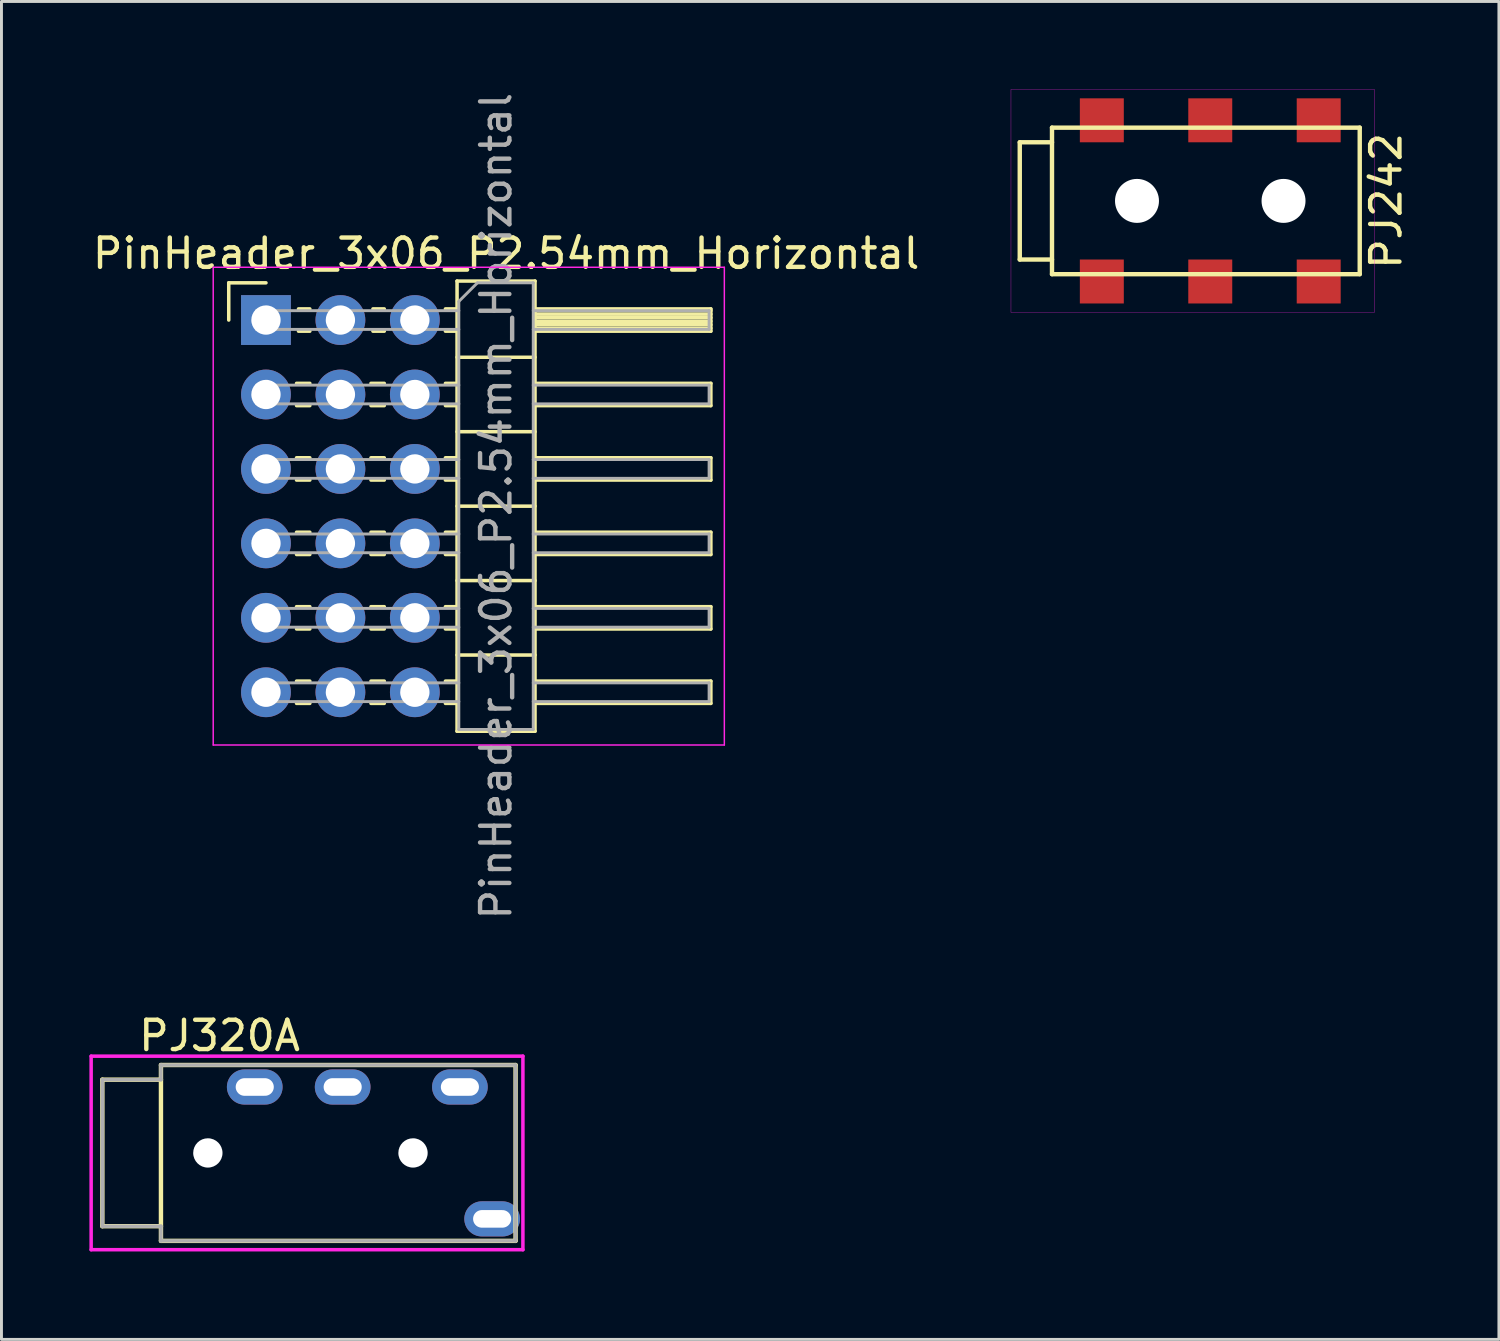
<source format=kicad_pcb>
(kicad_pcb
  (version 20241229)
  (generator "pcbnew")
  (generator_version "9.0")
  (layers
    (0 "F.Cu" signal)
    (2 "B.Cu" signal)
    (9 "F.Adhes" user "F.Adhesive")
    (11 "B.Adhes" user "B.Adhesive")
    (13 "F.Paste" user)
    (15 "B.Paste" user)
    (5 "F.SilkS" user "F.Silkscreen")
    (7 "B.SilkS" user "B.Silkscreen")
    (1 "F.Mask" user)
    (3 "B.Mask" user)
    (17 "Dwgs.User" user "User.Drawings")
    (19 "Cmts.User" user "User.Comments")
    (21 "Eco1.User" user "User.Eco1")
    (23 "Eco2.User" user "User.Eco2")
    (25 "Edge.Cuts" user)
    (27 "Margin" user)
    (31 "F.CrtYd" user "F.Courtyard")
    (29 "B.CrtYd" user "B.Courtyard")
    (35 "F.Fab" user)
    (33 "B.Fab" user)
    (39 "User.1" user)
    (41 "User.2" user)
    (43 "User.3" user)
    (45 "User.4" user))
  (footprint "PJ242"
    (layer "F.Cu")
    (at 38.245 3.805)
    (property "Reference" "PJ242" (at 6 0 90) (layer "F.SilkS") (effects (font (size 1 1) (thickness 0.15))))
    (attr through_hole)
    (fp_line (start -6.5 -2) (end -6.5 2) (stroke (width 0.15) (type solid)) (layer "F.SilkS"))
    (fp_line (start -6.5 2) (end -5.4 2) (stroke (width 0.15) (type solid)) (layer "F.SilkS"))
    (fp_line (start -5.4 -2.5) (end 5.1 -2.5) (stroke (width 0.15) (type solid)) (layer "F.SilkS"))
    (fp_line (start -5.4 -2) (end -6.5 -2) (stroke (width 0.15) (type solid)) (layer "F.SilkS"))
    (fp_line (start -5.4 2.5) (end -5.4 -2.5) (stroke (width 0.15) (type solid)) (layer "F.SilkS"))
    (fp_line (start -5.4 2.5) (end 5.1 2.5) (stroke (width 0.15) (type solid)) (layer "F.SilkS"))
    (fp_line (start 5.1 2.5) (end 5.1 -2.5) (stroke (width 0.15) (type solid)) (layer "F.SilkS"))
    (fp_line (start -6.8 -3.8) (end -6.8 3.8) (stroke (width 0.01) (type solid)) (layer "F.CrtYd"))
    (fp_line (start -6.8 3.8) (end 5.6 3.8) (stroke (width 0.01) (type solid)) (layer "F.CrtYd"))
    (fp_line (start 5.6 -3.8) (end -6.8 -3.8) (stroke (width 0.01) (type solid)) (layer "F.CrtYd"))
    (fp_line (start 5.6 3.8) (end 5.6 -3.8) (stroke (width 0.01) (type solid)) (layer "F.CrtYd"))
    (pad "" np_thru_hole circle (at -2.5 0) (size 1.5 1.5) (drill 1.5) (layers "*.Cu" "*.Mask"))
    (pad "" np_thru_hole circle (at 2.5 0) (size 1.5 1.5) (drill 1.5) (layers "*.Cu" "*.Mask"))
    (pad "R1" smd rect (at 0 -2.75) (size 1.5 1.5) (layers "F.Cu" "F.Mask" "F.Paste"))
    (pad "R1N" smd rect (at 3.7 -2.75) (size 1.5 1.5) (layers "F.Cu" "F.Mask" "F.Paste"))
    (pad "R2" smd rect (at -3.7 -2.75) (size 1.5 1.5) (layers "F.Cu" "F.Mask" "F.Paste"))
    (pad "S" smd rect (at -3.7 2.75) (size 1.5 1.5) (layers "F.Cu" "F.Mask" "F.Paste"))
    (pad "T" smd rect (at 0 2.75) (size 1.5 1.5) (layers "F.Cu" "F.Mask" "F.Paste"))
    (pad "TN" smd rect (at 3.7 2.75) (size 1.5 1.5) (layers "F.Cu" "F.Mask" "F.Paste")))
  (footprint "PinHeader_3x06_P2.54mm_Horizontal"
    (layer "F.Cu")
    (at 8.565 7.87)
    (property "Reference" "PinHeader_3x06_P2.54mm_Horizontal" (at 5.655 -2.27 0) (layer "F.SilkS") (effects (font (size 1 1) (thickness 0.15))))
    (attr through_hole)
    (fp_line (start -3.81 -1.27) (end -2.54 -1.27) (stroke (width 0.12) (type solid)) (layer "F.SilkS"))
    (fp_line (start -3.81 0) (end -3.81 -1.27) (stroke (width 0.12) (type solid)) (layer "F.SilkS"))
    (fp_line (start -1.497 2.16) (end -1.043 2.16) (stroke (width 0.12) (type solid)) (layer "F.SilkS"))
    (fp_line (start -1.497 2.92) (end -1.043 2.92) (stroke (width 0.12) (type solid)) (layer "F.SilkS"))
    (fp_line (start -1.497 4.7) (end -1.043 4.7) (stroke (width 0.12) (type solid)) (layer "F.SilkS"))
    (fp_line (start -1.497 5.46) (end -1.043 5.46) (stroke (width 0.12) (type solid)) (layer "F.SilkS"))
    (fp_line (start -1.497 7.24) (end -1.043 7.24) (stroke (width 0.12) (type solid)) (layer "F.SilkS"))
    (fp_line (start -1.497 8) (end -1.043 8) (stroke (width 0.12) (type solid)) (layer "F.SilkS"))
    (fp_line (start -1.497 9.78) (end -1.043 9.78) (stroke (width 0.12) (type solid)) (layer "F.SilkS"))
    (fp_line (start -1.497 10.54) (end -1.043 10.54) (stroke (width 0.12) (type solid)) (layer "F.SilkS"))
    (fp_line (start -1.497 12.32) (end -1.043 12.32) (stroke (width 0.12) (type solid)) (layer "F.SilkS"))
    (fp_line (start -1.497 13.08) (end -1.043 13.08) (stroke (width 0.12) (type solid)) (layer "F.SilkS"))
    (fp_line (start -1.43 -0.38) (end -1.043 -0.38) (stroke (width 0.12) (type solid)) (layer "F.SilkS"))
    (fp_line (start -1.43 0.38) (end -1.043 0.38) (stroke (width 0.12) (type solid)) (layer "F.SilkS"))
    (fp_line (start 1.043 2.16) (end 1.497 2.16) (stroke (width 0.12) (type solid)) (layer "F.SilkS"))
    (fp_line (start 1.043 2.92) (end 1.497 2.92) (stroke (width 0.12) (type solid)) (layer "F.SilkS"))
    (fp_line (start 1.043 4.7) (end 1.497 4.7) (stroke (width 0.12) (type solid)) (layer "F.SilkS"))
    (fp_line (start 1.043 5.46) (end 1.497 5.46) (stroke (width 0.12) (type solid)) (layer "F.SilkS"))
    (fp_line (start 1.043 7.24) (end 1.497 7.24) (stroke (width 0.12) (type solid)) (layer "F.SilkS"))
    (fp_line (start 1.043 8) (end 1.497 8) (stroke (width 0.12) (type solid)) (layer "F.SilkS"))
    (fp_line (start 1.043 9.78) (end 1.497 9.78) (stroke (width 0.12) (type solid)) (layer "F.SilkS"))
    (fp_line (start 1.043 10.54) (end 1.497 10.54) (stroke (width 0.12) (type solid)) (layer "F.SilkS"))
    (fp_line (start 1.043 12.32) (end 1.497 12.32) (stroke (width 0.12) (type solid)) (layer "F.SilkS"))
    (fp_line (start 1.043 13.08) (end 1.497 13.08) (stroke (width 0.12) (type solid)) (layer "F.SilkS"))
    (fp_line (start 1.11 -0.38) (end 1.497 -0.38) (stroke (width 0.12) (type solid)) (layer "F.SilkS"))
    (fp_line (start 1.11 0.38) (end 1.497 0.38) (stroke (width 0.12) (type solid)) (layer "F.SilkS"))
    (fp_line (start 3.583 -0.38) (end 3.98 -0.38) (stroke (width 0.12) (type solid)) (layer "F.SilkS"))
    (fp_line (start 3.583 0.38) (end 3.98 0.38) (stroke (width 0.12) (type solid)) (layer "F.SilkS"))
    (fp_line (start 3.583 2.16) (end 3.98 2.16) (stroke (width 0.12) (type solid)) (layer "F.SilkS"))
    (fp_line (start 3.583 2.92) (end 3.98 2.92) (stroke (width 0.12) (type solid)) (layer "F.SilkS"))
    (fp_line (start 3.583 4.7) (end 3.98 4.7) (stroke (width 0.12) (type solid)) (layer "F.SilkS"))
    (fp_line (start 3.583 5.46) (end 3.98 5.46) (stroke (width 0.12) (type solid)) (layer "F.SilkS"))
    (fp_line (start 3.583 7.24) (end 3.98 7.24) (stroke (width 0.12) (type solid)) (layer "F.SilkS"))
    (fp_line (start 3.583 8) (end 3.98 8) (stroke (width 0.12) (type solid)) (layer "F.SilkS"))
    (fp_line (start 3.583 9.78) (end 3.98 9.78) (stroke (width 0.12) (type solid)) (layer "F.SilkS"))
    (fp_line (start 3.583 10.54) (end 3.98 10.54) (stroke (width 0.12) (type solid)) (layer "F.SilkS"))
    (fp_line (start 3.583 12.32) (end 3.98 12.32) (stroke (width 0.12) (type solid)) (layer "F.SilkS"))
    (fp_line (start 3.583 13.08) (end 3.98 13.08) (stroke (width 0.12) (type solid)) (layer "F.SilkS"))
    (fp_line (start 3.98 -1.33) (end 3.98 14.03) (stroke (width 0.12) (type solid)) (layer "F.SilkS"))
    (fp_line (start 3.98 1.27) (end 6.64 1.27) (stroke (width 0.12) (type solid)) (layer "F.SilkS"))
    (fp_line (start 3.98 3.81) (end 6.64 3.81) (stroke (width 0.12) (type solid)) (layer "F.SilkS"))
    (fp_line (start 3.98 6.35) (end 6.64 6.35) (stroke (width 0.12) (type solid)) (layer "F.SilkS"))
    (fp_line (start 3.98 8.89) (end 6.64 8.89) (stroke (width 0.12) (type solid)) (layer "F.SilkS"))
    (fp_line (start 3.98 11.43) (end 6.64 11.43) (stroke (width 0.12) (type solid)) (layer "F.SilkS"))
    (fp_line (start 3.98 14.03) (end 6.64 14.03) (stroke (width 0.12) (type solid)) (layer "F.SilkS"))
    (fp_line (start 6.64 -1.33) (end 3.98 -1.33) (stroke (width 0.12) (type solid)) (layer "F.SilkS"))
    (fp_line (start 6.64 -0.38) (end 12.64 -0.38) (stroke (width 0.12) (type solid)) (layer "F.SilkS"))
    (fp_line (start 6.64 -0.32) (end 12.64 -0.32) (stroke (width 0.12) (type solid)) (layer "F.SilkS"))
    (fp_line (start 6.64 -0.2) (end 12.64 -0.2) (stroke (width 0.12) (type solid)) (layer "F.SilkS"))
    (fp_line (start 6.64 -0.08) (end 12.64 -0.08) (stroke (width 0.12) (type solid)) (layer "F.SilkS"))
    (fp_line (start 6.64 0.04) (end 12.64 0.04) (stroke (width 0.12) (type solid)) (layer "F.SilkS"))
    (fp_line (start 6.64 0.16) (end 12.64 0.16) (stroke (width 0.12) (type solid)) (layer "F.SilkS"))
    (fp_line (start 6.64 0.28) (end 12.64 0.28) (stroke (width 0.12) (type solid)) (layer "F.SilkS"))
    (fp_line (start 6.64 2.16) (end 12.64 2.16) (stroke (width 0.12) (type solid)) (layer "F.SilkS"))
    (fp_line (start 6.64 4.7) (end 12.64 4.7) (stroke (width 0.12) (type solid)) (layer "F.SilkS"))
    (fp_line (start 6.64 7.24) (end 12.64 7.24) (stroke (width 0.12) (type solid)) (layer "F.SilkS"))
    (fp_line (start 6.64 9.78) (end 12.64 9.78) (stroke (width 0.12) (type solid)) (layer "F.SilkS"))
    (fp_line (start 6.64 12.32) (end 12.64 12.32) (stroke (width 0.12) (type solid)) (layer "F.SilkS"))
    (fp_line (start 6.64 14.03) (end 6.64 -1.33) (stroke (width 0.12) (type solid)) (layer "F.SilkS"))
    (fp_line (start 12.64 -0.38) (end 12.64 0.38) (stroke (width 0.12) (type solid)) (layer "F.SilkS"))
    (fp_line (start 12.64 0.38) (end 6.64 0.38) (stroke (width 0.12) (type solid)) (layer "F.SilkS"))
    (fp_line (start 12.64 2.16) (end 12.64 2.92) (stroke (width 0.12) (type solid)) (layer "F.SilkS"))
    (fp_line (start 12.64 2.92) (end 6.64 2.92) (stroke (width 0.12) (type solid)) (layer "F.SilkS"))
    (fp_line (start 12.64 4.7) (end 12.64 5.46) (stroke (width 0.12) (type solid)) (layer "F.SilkS"))
    (fp_line (start 12.64 5.46) (end 6.64 5.46) (stroke (width 0.12) (type solid)) (layer "F.SilkS"))
    (fp_line (start 12.64 7.24) (end 12.64 8) (stroke (width 0.12) (type solid)) (layer "F.SilkS"))
    (fp_line (start 12.64 8) (end 6.64 8) (stroke (width 0.12) (type solid)) (layer "F.SilkS"))
    (fp_line (start 12.64 9.78) (end 12.64 10.54) (stroke (width 0.12) (type solid)) (layer "F.SilkS"))
    (fp_line (start 12.64 10.54) (end 6.64 10.54) (stroke (width 0.12) (type solid)) (layer "F.SilkS"))
    (fp_line (start 12.64 12.32) (end 12.64 13.08) (stroke (width 0.12) (type solid)) (layer "F.SilkS"))
    (fp_line (start 12.64 13.08) (end 6.64 13.08) (stroke (width 0.12) (type solid)) (layer "F.SilkS"))
    (fp_line (start -4.34 -1.8) (end -4.34 14.5) (stroke (width 0.05) (type solid)) (layer "F.CrtYd"))
    (fp_line (start -4.34 14.5) (end 13.1 14.5) (stroke (width 0.05) (type solid)) (layer "F.CrtYd"))
    (fp_line (start 13.1 -1.8) (end -4.34 -1.8) (stroke (width 0.05) (type solid)) (layer "F.CrtYd"))
    (fp_line (start 13.1 14.5) (end 13.1 -1.8) (stroke (width 0.05) (type solid)) (layer "F.CrtYd"))
    (fp_line (start -2.86 -0.32) (end -2.86 0.32) (stroke (width 0.1) (type solid)) (layer "F.Fab"))
    (fp_line (start -2.86 -0.32) (end 4.04 -0.32) (stroke (width 0.1) (type solid)) (layer "F.Fab"))
    (fp_line (start -2.86 0.32) (end 4.04 0.32) (stroke (width 0.1) (type solid)) (layer "F.Fab"))
    (fp_line (start -2.86 2.22) (end -2.86 2.86) (stroke (width 0.1) (type solid)) (layer "F.Fab"))
    (fp_line (start -2.86 2.22) (end 4.04 2.22) (stroke (width 0.1) (type solid)) (layer "F.Fab"))
    (fp_line (start -2.86 2.86) (end 4.04 2.86) (stroke (width 0.1) (type solid)) (layer "F.Fab"))
    (fp_line (start -2.86 4.76) (end -2.86 5.4) (stroke (width 0.1) (type solid)) (layer "F.Fab"))
    (fp_line (start -2.86 4.76) (end 4.04 4.76) (stroke (width 0.1) (type solid)) (layer "F.Fab"))
    (fp_line (start -2.86 5.4) (end 4.04 5.4) (stroke (width 0.1) (type solid)) (layer "F.Fab"))
    (fp_line (start -2.86 7.3) (end -2.86 7.94) (stroke (width 0.1) (type solid)) (layer "F.Fab"))
    (fp_line (start -2.86 7.3) (end 4.04 7.3) (stroke (width 0.1) (type solid)) (layer "F.Fab"))
    (fp_line (start -2.86 7.94) (end 4.04 7.94) (stroke (width 0.1) (type solid)) (layer "F.Fab"))
    (fp_line (start -2.86 9.84) (end -2.86 10.48) (stroke (width 0.1) (type solid)) (layer "F.Fab"))
    (fp_line (start -2.86 9.84) (end 4.04 9.84) (stroke (width 0.1) (type solid)) (layer "F.Fab"))
    (fp_line (start -2.86 10.48) (end 4.04 10.48) (stroke (width 0.1) (type solid)) (layer "F.Fab"))
    (fp_line (start -2.86 12.38) (end -2.86 13.02) (stroke (width 0.1) (type solid)) (layer "F.Fab"))
    (fp_line (start -2.86 12.38) (end 4.04 12.38) (stroke (width 0.1) (type solid)) (layer "F.Fab"))
    (fp_line (start -2.86 13.02) (end 4.04 13.02) (stroke (width 0.1) (type solid)) (layer "F.Fab"))
    (fp_line (start 4.04 -0.635) (end 4.675 -1.27) (stroke (width 0.1) (type solid)) (layer "F.Fab"))
    (fp_line (start 4.04 13.97) (end 4.04 -0.635) (stroke (width 0.1) (type solid)) (layer "F.Fab"))
    (fp_line (start 4.675 -1.27) (end 6.58 -1.27) (stroke (width 0.1) (type solid)) (layer "F.Fab"))
    (fp_line (start 6.58 -1.27) (end 6.58 13.97) (stroke (width 0.1) (type solid)) (layer "F.Fab"))
    (fp_line (start 6.58 -0.32) (end 12.58 -0.32) (stroke (width 0.1) (type solid)) (layer "F.Fab"))
    (fp_line (start 6.58 0.32) (end 12.58 0.32) (stroke (width 0.1) (type solid)) (layer "F.Fab"))
    (fp_line (start 6.58 2.22) (end 12.58 2.22) (stroke (width 0.1) (type solid)) (layer "F.Fab"))
    (fp_line (start 6.58 2.86) (end 12.58 2.86) (stroke (width 0.1) (type solid)) (layer "F.Fab"))
    (fp_line (start 6.58 4.76) (end 12.58 4.76) (stroke (width 0.1) (type solid)) (layer "F.Fab"))
    (fp_line (start 6.58 5.4) (end 12.58 5.4) (stroke (width 0.1) (type solid)) (layer "F.Fab"))
    (fp_line (start 6.58 7.3) (end 12.58 7.3) (stroke (width 0.1) (type solid)) (layer "F.Fab"))
    (fp_line (start 6.58 7.94) (end 12.58 7.94) (stroke (width 0.1) (type solid)) (layer "F.Fab"))
    (fp_line (start 6.58 9.84) (end 12.58 9.84) (stroke (width 0.1) (type solid)) (layer "F.Fab"))
    (fp_line (start 6.58 10.48) (end 12.58 10.48) (stroke (width 0.1) (type solid)) (layer "F.Fab"))
    (fp_line (start 6.58 12.38) (end 12.58 12.38) (stroke (width 0.1) (type solid)) (layer "F.Fab"))
    (fp_line (start 6.58 13.02) (end 12.58 13.02) (stroke (width 0.1) (type solid)) (layer "F.Fab"))
    (fp_line (start 6.58 13.97) (end 4.04 13.97) (stroke (width 0.1) (type solid)) (layer "F.Fab"))
    (fp_line (start 12.58 -0.32) (end 12.58 0.32) (stroke (width 0.1) (type solid)) (layer "F.Fab"))
    (fp_line (start 12.58 2.22) (end 12.58 2.86) (stroke (width 0.1) (type solid)) (layer "F.Fab"))
    (fp_line (start 12.58 4.76) (end 12.58 5.4) (stroke (width 0.1) (type solid)) (layer "F.Fab"))
    (fp_line (start 12.58 7.3) (end 12.58 7.94) (stroke (width 0.1) (type solid)) (layer "F.Fab"))
    (fp_line (start 12.58 9.84) (end 12.58 10.48) (stroke (width 0.1) (type solid)) (layer "F.Fab"))
    (fp_line (start 12.58 12.38) (end 12.58 13.02) (stroke (width 0.1) (type solid)) (layer "F.Fab"))
    (fp_text user "${REFERENCE}" (at 5.31 6.35 90) (layer "F.Fab") (effects (font (size 1 1) (thickness 0.15))))
    (pad "1" thru_hole rect (at -2.54 0) (size 1.7 1.7) (drill 1) (layers "*.Cu" "*.Mask"))
    (pad "2" thru_hole oval (at 0 0) (size 1.7 1.7) (drill 1) (layers "*.Cu" "*.Mask"))
    (pad "3" thru_hole oval (at 2.54 0) (size 1.7 1.7) (drill 1) (layers "*.Cu" "*.Mask"))
    (pad "4" thru_hole oval (at -2.54 2.54) (size 1.7 1.7) (drill 1) (layers "*.Cu" "*.Mask"))
    (pad "5" thru_hole oval (at 0 2.54) (size 1.7 1.7) (drill 1) (layers "*.Cu" "*.Mask"))
    (pad "6" thru_hole oval (at 2.54 2.54) (size 1.7 1.7) (drill 1) (layers "*.Cu" "*.Mask"))
    (pad "7" thru_hole oval (at -2.54 5.08) (size 1.7 1.7) (drill 1) (layers "*.Cu" "*.Mask"))
    (pad "8" thru_hole oval (at 0 5.08) (size 1.7 1.7) (drill 1) (layers "*.Cu" "*.Mask"))
    (pad "9" thru_hole oval (at 2.54 5.08) (size 1.7 1.7) (drill 1) (layers "*.Cu" "*.Mask"))
    (pad "10" thru_hole oval (at -2.54 7.62) (size 1.7 1.7) (drill 1) (layers "*.Cu" "*.Mask"))
    (pad "11" thru_hole oval (at 0 7.62) (size 1.7 1.7) (drill 1) (layers "*.Cu" "*.Mask"))
    (pad "12" thru_hole oval (at 2.54 7.62) (size 1.7 1.7) (drill 1) (layers "*.Cu" "*.Mask"))
    (pad "13" thru_hole oval (at -2.54 10.16) (size 1.7 1.7) (drill 1) (layers "*.Cu" "*.Mask"))
    (pad "14" thru_hole oval (at 0 10.16) (size 1.7 1.7) (drill 1) (layers "*.Cu" "*.Mask"))
    (pad "15" thru_hole oval (at 2.54 10.16) (size 1.7 1.7) (drill 1) (layers "*.Cu" "*.Mask"))
    (pad "16" thru_hole oval (at -2.54 12.7) (size 1.7 1.7) (drill 1) (layers "*.Cu" "*.Mask"))
    (pad "17" thru_hole oval (at 0 12.7) (size 1.7 1.7) (drill 1) (layers "*.Cu" "*.Mask"))
    (pad "18" thru_hole oval (at 2.54 12.7) (size 1.7 1.7) (drill 1) (layers "*.Cu" "*.Mask")))
  (footprint "PJ320A"
    (layer "F.Cu")
    (at 8.442 36.289)
    (property "Reference" "PJ320A" (at -4 -4 0) (layer "F.SilkS") (effects (font (size 1 1) (thickness 0.15))))
    (attr through_hole)
    (fp_line (start -8 -2.5) (end -8 2.5) (stroke (width 0.15) (type solid)) (layer "F.SilkS"))
    (fp_line (start -8 2.5) (end -6 2.5) (stroke (width 0.15) (type solid)) (layer "F.SilkS"))
    (fp_line (start -6 -3) (end 6.1 -3) (stroke (width 0.15) (type solid)) (layer "F.SilkS"))
    (fp_line (start -6 -2.5) (end -8 -2.5) (stroke (width 0.15) (type solid)) (layer "F.SilkS"))
    (fp_line (start -6 3) (end -6 -3) (stroke (width 0.15) (type solid)) (layer "F.SilkS"))
    (fp_line (start 6.1 -3) (end 6.1 3) (stroke (width 0.15) (type solid)) (layer "F.SilkS"))
    (fp_line (start 6.1 3) (end -6 3) (stroke (width 0.15) (type solid)) (layer "F.SilkS"))
    (fp_line (start -8.382 -3.302) (end 6.35 -3.302) (stroke (width 0.12) (type solid)) (layer "F.CrtYd"))
    (fp_line (start -8.382 3.302) (end -8.382 -3.302) (stroke (width 0.12) (type solid)) (layer "F.CrtYd"))
    (fp_line (start 6.35 -3.302) (end 6.35 3.302) (stroke (width 0.12) (type solid)) (layer "F.CrtYd"))
    (fp_line (start 6.35 3.302) (end -8.382 3.302) (stroke (width 0.12) (type solid)) (layer "F.CrtYd"))
    (fp_line (start -8 -2.5) (end -8 2.5) (stroke (width 0.12) (type solid)) (layer "F.Fab"))
    (fp_line (start -8 2.5) (end -6 2.5) (stroke (width 0.12) (type solid)) (layer "F.Fab"))
    (fp_line (start -6 -3) (end -6 -2.5) (stroke (width 0.12) (type solid)) (layer "F.Fab"))
    (fp_line (start -6 -2.5) (end -8 -2.5) (stroke (width 0.12) (type solid)) (layer "F.Fab"))
    (fp_line (start -6 2.5) (end -6 3) (stroke (width 0.12) (type solid)) (layer "F.Fab"))
    (fp_line (start -6 3) (end 6.1 3) (stroke (width 0.12) (type solid)) (layer "F.Fab"))
    (fp_line (start 6.1 -3) (end -6 -3) (stroke (width 0.12) (type solid)) (layer "F.Fab"))
    (fp_line (start 6.1 3) (end 6.1 -3) (stroke (width 0.12) (type solid)) (layer "F.Fab"))
    (pad "" np_thru_hole circle (at -4.4 0 90) (size 1 1) (drill 1) (layers "*.Cu" "*.Mask"))
    (pad "" np_thru_hole circle (at 2.6 0 90) (size 1 1) (drill 1) (layers "*.Cu" "*.Mask"))
    (pad "R1" thru_hole oval (at 0.2 -2.25 180) (size 1.9 1.2) (drill oval 1.3 0.6) (layers "*.Cu" "*.Mask"))
    (pad "R2" thru_hole oval (at -2.8 -2.25 180) (size 1.9 1.2) (drill oval 1.3 0.6) (layers "*.Cu" "*.Mask"))
    (pad "S" thru_hole oval (at 5.3 2.25 180) (size 1.9 1.2) (drill oval 1.3 0.6) (layers "*.Cu" "*.Mask"))
    (pad "T" thru_hole oval (at 4.2 -2.25 180) (size 1.9 1.2) (drill oval 1.3 0.6) (layers "*.Cu" "*.Mask")))
  (gr_rect
    (start -3 -3)
    (end 48.094 42.651)
    (stroke (width 0.1) (type default))
    (fill no)
    (layer "Edge.Cuts")))
</source>
